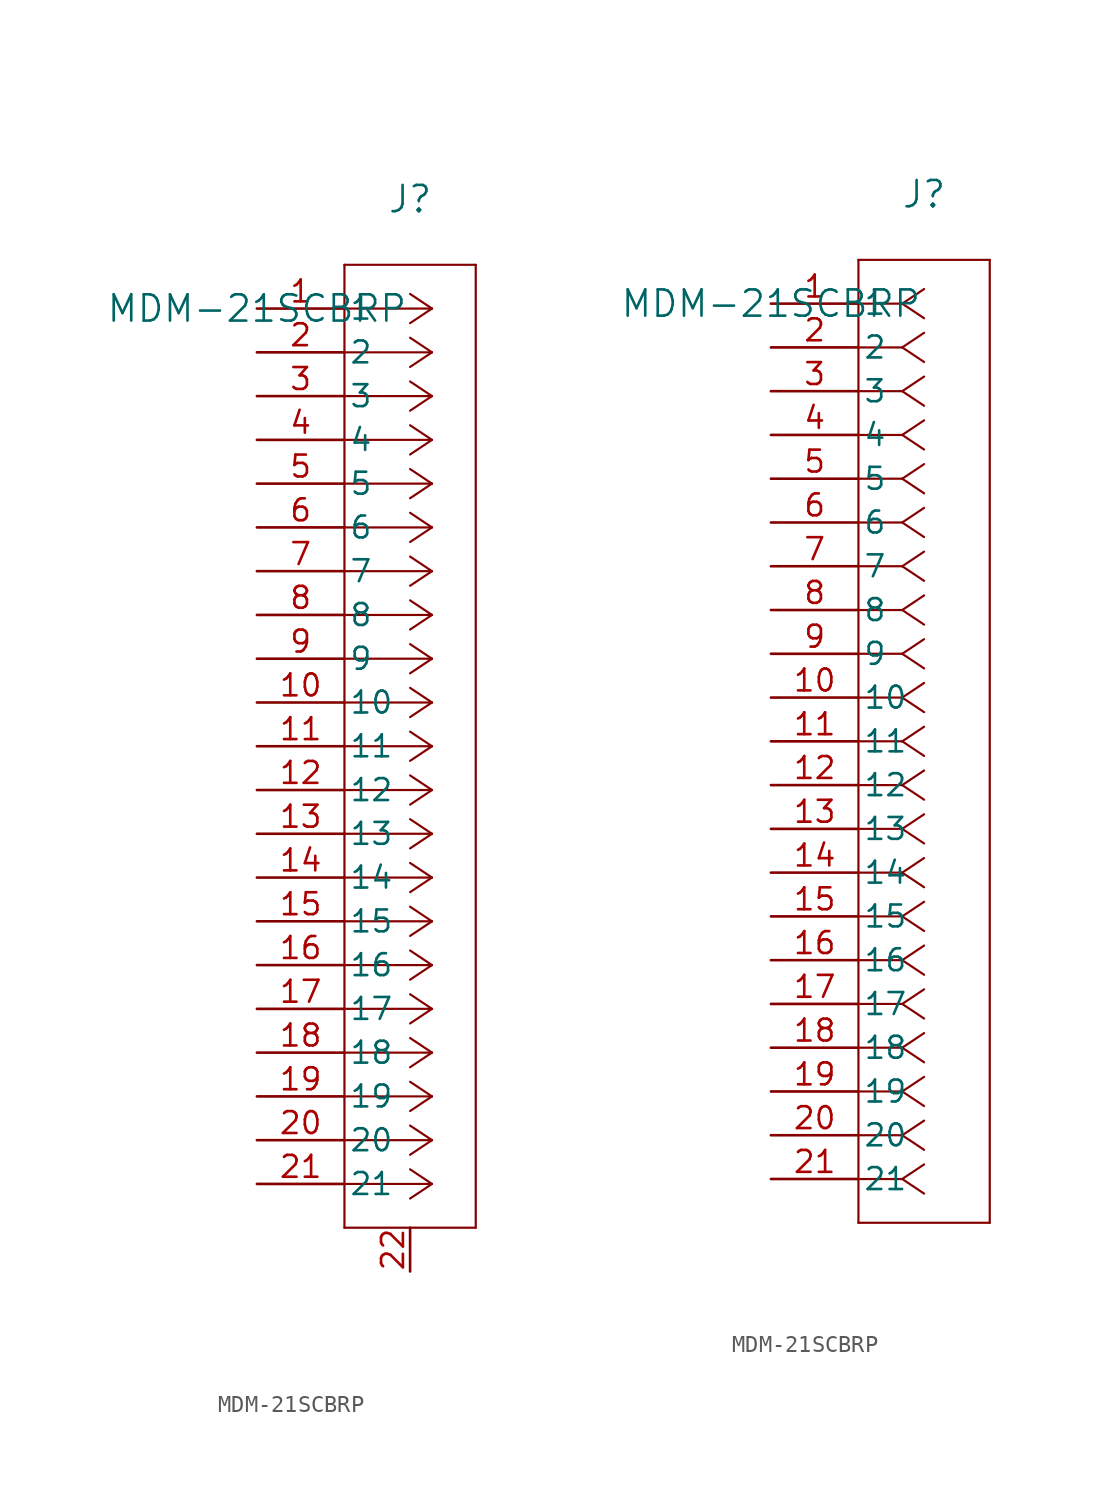
<source format=kicad_sym>
(kicad_symbol_lib
  (version 20220914)
  (generator kicad_symbol_editor)
  (symbol "MDM-21SCBRP"
    (pin_names
      (offset 0.254))
    (property "Reference" "J"
      (at 8.89 6.35 0)
      (effects (font (size 1.524 1.524))))
    (property "Value" "MDM-21SCBRP"
      (at 0 0 0)
      (effects (font (size 1.524 1.524))))
    (property "ki_locked" ""
      (at 0 0 0)
      (effects (font (size 1.27 1.27))))
    (symbol "MDM-21SCBRP_1_1"
      (polyline (pts (xy 5.08 -53.34) (xy 12.7 -53.34)) (stroke (width 0.127) (type default)) (fill (type none)))
      (polyline (pts (xy 5.08 2.54) (xy 5.08 -53.34)) (stroke (width 0.127) (type default)) (fill (type none)))
      (polyline (pts (xy 10.16 -50.8) (xy 5.08 -50.8)) (stroke (width 0.127) (type default)) (fill (type none)))
      (polyline (pts (xy 10.16 -50.8) (xy 8.89 -51.647)) (stroke (width 0.127) (type default)) (fill (type none)))
      (polyline (pts (xy 10.16 -50.8) (xy 8.89 -49.953)) (stroke (width 0.127) (type default)) (fill (type none)))
      (polyline (pts (xy 10.16 -48.26) (xy 5.08 -48.26)) (stroke (width 0.127) (type default)) (fill (type none)))
      (polyline (pts (xy 10.16 -48.26) (xy 8.89 -49.107)) (stroke (width 0.127) (type default)) (fill (type none)))
      (polyline (pts (xy 10.16 -48.26) (xy 8.89 -47.413)) (stroke (width 0.127) (type default)) (fill (type none)))
      (polyline (pts (xy 10.16 -45.72) (xy 5.08 -45.72)) (stroke (width 0.127) (type default)) (fill (type none)))
      (polyline (pts (xy 10.16 -45.72) (xy 8.89 -46.567)) (stroke (width 0.127) (type default)) (fill (type none)))
      (polyline (pts (xy 10.16 -45.72) (xy 8.89 -44.873)) (stroke (width 0.127) (type default)) (fill (type none)))
      (polyline (pts (xy 10.16 -43.18) (xy 5.08 -43.18)) (stroke (width 0.127) (type default)) (fill (type none)))
      (polyline (pts (xy 10.16 -43.18) (xy 8.89 -44.027)) (stroke (width 0.127) (type default)) (fill (type none)))
      (polyline (pts (xy 10.16 -43.18) (xy 8.89 -42.333)) (stroke (width 0.127) (type default)) (fill (type none)))
      (polyline (pts (xy 10.16 -40.64) (xy 5.08 -40.64)) (stroke (width 0.127) (type default)) (fill (type none)))
      (polyline (pts (xy 10.16 -40.64) (xy 8.89 -41.487)) (stroke (width 0.127) (type default)) (fill (type none)))
      (polyline (pts (xy 10.16 -40.64) (xy 8.89 -39.793)) (stroke (width 0.127) (type default)) (fill (type none)))
      (polyline (pts (xy 10.16 -38.1) (xy 5.08 -38.1)) (stroke (width 0.127) (type default)) (fill (type none)))
      (polyline (pts (xy 10.16 -38.1) (xy 8.89 -38.947)) (stroke (width 0.127) (type default)) (fill (type none)))
      (polyline (pts (xy 10.16 -38.1) (xy 8.89 -37.253)) (stroke (width 0.127) (type default)) (fill (type none)))
      (polyline (pts (xy 10.16 -35.56) (xy 5.08 -35.56)) (stroke (width 0.127) (type default)) (fill (type none)))
      (polyline (pts (xy 10.16 -35.56) (xy 8.89 -36.407)) (stroke (width 0.127) (type default)) (fill (type none)))
      (polyline (pts (xy 10.16 -35.56) (xy 8.89 -34.713)) (stroke (width 0.127) (type default)) (fill (type none)))
      (polyline (pts (xy 10.16 -33.02) (xy 5.08 -33.02)) (stroke (width 0.127) (type default)) (fill (type none)))
      (polyline (pts (xy 10.16 -33.02) (xy 8.89 -33.867)) (stroke (width 0.127) (type default)) (fill (type none)))
      (polyline (pts (xy 10.16 -33.02) (xy 8.89 -32.173)) (stroke (width 0.127) (type default)) (fill (type none)))
      (polyline (pts (xy 10.16 -30.48) (xy 5.08 -30.48)) (stroke (width 0.127) (type default)) (fill (type none)))
      (polyline (pts (xy 10.16 -30.48) (xy 8.89 -31.327)) (stroke (width 0.127) (type default)) (fill (type none)))
      (polyline (pts (xy 10.16 -30.48) (xy 8.89 -29.633)) (stroke (width 0.127) (type default)) (fill (type none)))
      (polyline (pts (xy 10.16 -27.94) (xy 5.08 -27.94)) (stroke (width 0.127) (type default)) (fill (type none)))
      (polyline (pts (xy 10.16 -27.94) (xy 8.89 -28.787)) (stroke (width 0.127) (type default)) (fill (type none)))
      (polyline (pts (xy 10.16 -27.94) (xy 8.89 -27.093)) (stroke (width 0.127) (type default)) (fill (type none)))
      (polyline (pts (xy 10.16 -25.4) (xy 5.08 -25.4)) (stroke (width 0.127) (type default)) (fill (type none)))
      (polyline (pts (xy 10.16 -25.4) (xy 8.89 -26.247)) (stroke (width 0.127) (type default)) (fill (type none)))
      (polyline (pts (xy 10.16 -25.4) (xy 8.89 -24.553)) (stroke (width 0.127) (type default)) (fill (type none)))
      (polyline (pts (xy 10.16 -22.86) (xy 5.08 -22.86)) (stroke (width 0.127) (type default)) (fill (type none)))
      (polyline (pts (xy 10.16 -22.86) (xy 8.89 -23.707)) (stroke (width 0.127) (type default)) (fill (type none)))
      (polyline (pts (xy 10.16 -22.86) (xy 8.89 -22.013)) (stroke (width 0.127) (type default)) (fill (type none)))
      (polyline (pts (xy 10.16 -20.32) (xy 5.08 -20.32)) (stroke (width 0.127) (type default)) (fill (type none)))
      (polyline (pts (xy 10.16 -20.32) (xy 8.89 -21.167)) (stroke (width 0.127) (type default)) (fill (type none)))
      (polyline (pts (xy 10.16 -20.32) (xy 8.89 -19.473)) (stroke (width 0.127) (type default)) (fill (type none)))
      (polyline (pts (xy 10.16 -17.78) (xy 5.08 -17.78)) (stroke (width 0.127) (type default)) (fill (type none)))
      (polyline (pts (xy 10.16 -17.78) (xy 8.89 -18.627)) (stroke (width 0.127) (type default)) (fill (type none)))
      (polyline (pts (xy 10.16 -17.78) (xy 8.89 -16.933)) (stroke (width 0.127) (type default)) (fill (type none)))
      (polyline (pts (xy 10.16 -15.24) (xy 5.08 -15.24)) (stroke (width 0.127) (type default)) (fill (type none)))
      (polyline (pts (xy 10.16 -15.24) (xy 8.89 -16.087)) (stroke (width 0.127) (type default)) (fill (type none)))
      (polyline (pts (xy 10.16 -15.24) (xy 8.89 -14.393)) (stroke (width 0.127) (type default)) (fill (type none)))
      (polyline (pts (xy 10.16 -12.7) (xy 5.08 -12.7)) (stroke (width 0.127) (type default)) (fill (type none)))
      (polyline (pts (xy 10.16 -12.7) (xy 8.89 -13.547)) (stroke (width 0.127) (type default)) (fill (type none)))
      (polyline (pts (xy 10.16 -12.7) (xy 8.89 -11.853)) (stroke (width 0.127) (type default)) (fill (type none)))
      (polyline (pts (xy 10.16 -10.16) (xy 5.08 -10.16)) (stroke (width 0.127) (type default)) (fill (type none)))
      (polyline (pts (xy 10.16 -10.16) (xy 8.89 -11.007)) (stroke (width 0.127) (type default)) (fill (type none)))
      (polyline (pts (xy 10.16 -10.16) (xy 8.89 -9.313)) (stroke (width 0.127) (type default)) (fill (type none)))
      (polyline (pts (xy 10.16 -7.62) (xy 5.08 -7.62)) (stroke (width 0.127) (type default)) (fill (type none)))
      (polyline (pts (xy 10.16 -7.62) (xy 8.89 -8.467)) (stroke (width 0.127) (type default)) (fill (type none)))
      (polyline (pts (xy 10.16 -7.62) (xy 8.89 -6.773)) (stroke (width 0.127) (type default)) (fill (type none)))
      (polyline (pts (xy 10.16 -5.08) (xy 5.08 -5.08)) (stroke (width 0.127) (type default)) (fill (type none)))
      (polyline (pts (xy 10.16 -5.08) (xy 8.89 -5.927)) (stroke (width 0.127) (type default)) (fill (type none)))
      (polyline (pts (xy 10.16 -5.08) (xy 8.89 -4.233)) (stroke (width 0.127) (type default)) (fill (type none)))
      (polyline (pts (xy 10.16 -2.54) (xy 5.08 -2.54)) (stroke (width 0.127) (type default)) (fill (type none)))
      (polyline (pts (xy 10.16 -2.54) (xy 8.89 -3.387)) (stroke (width 0.127) (type default)) (fill (type none)))
      (polyline (pts (xy 10.16 -2.54) (xy 8.89 -1.693)) (stroke (width 0.127) (type default)) (fill (type none)))
      (polyline (pts (xy 10.16 0) (xy 5.08 0)) (stroke (width 0.127) (type default)) (fill (type none)))
      (polyline (pts (xy 10.16 0) (xy 8.89 -0.847)) (stroke (width 0.127) (type default)) (fill (type none)))
      (polyline (pts (xy 10.16 0) (xy 8.89 0.847)) (stroke (width 0.127) (type default)) (fill (type none)))
      (polyline (pts (xy 12.7 -53.34) (xy 12.7 2.54)) (stroke (width 0.127) (type default)) (fill (type none)))
      (polyline (pts (xy 12.7 2.54) (xy 5.08 2.54)) (stroke (width 0.127) (type default)) (fill (type none)))
      (pin unspecified line (at 0 0 0) (length 5.08) (name "1" (effects (font (size 1.27 1.27)))) (number "1" (effects (font (size 1.27 1.27)))))
      (pin unspecified line (at 0 -22.86 0) (length 5.08) (name "10" (effects (font (size 1.27 1.27)))) (number "10" (effects (font (size 1.27 1.27)))))
      (pin unspecified line (at 0 -25.4 0) (length 5.08) (name "11" (effects (font (size 1.27 1.27)))) (number "11" (effects (font (size 1.27 1.27)))))
      (pin unspecified line (at 0 -27.94 0) (length 5.08) (name "12" (effects (font (size 1.27 1.27)))) (number "12" (effects (font (size 1.27 1.27)))))
      (pin unspecified line (at 0 -30.48 0) (length 5.08) (name "13" (effects (font (size 1.27 1.27)))) (number "13" (effects (font (size 1.27 1.27)))))
      (pin unspecified line (at 0 -33.02 0) (length 5.08) (name "14" (effects (font (size 1.27 1.27)))) (number "14" (effects (font (size 1.27 1.27)))))
      (pin unspecified line (at 0 -35.56 0) (length 5.08) (name "15" (effects (font (size 1.27 1.27)))) (number "15" (effects (font (size 1.27 1.27)))))
      (pin unspecified line (at 0 -38.1 0) (length 5.08) (name "16" (effects (font (size 1.27 1.27)))) (number "16" (effects (font (size 1.27 1.27)))))
      (pin unspecified line (at 0 -40.64 0) (length 5.08) (name "17" (effects (font (size 1.27 1.27)))) (number "17" (effects (font (size 1.27 1.27)))))
      (pin unspecified line (at 0 -43.18 0) (length 5.08) (name "18" (effects (font (size 1.27 1.27)))) (number "18" (effects (font (size 1.27 1.27)))))
      (pin unspecified line (at 0 -45.72 0) (length 5.08) (name "19" (effects (font (size 1.27 1.27)))) (number "19" (effects (font (size 1.27 1.27)))))
      (pin unspecified line (at 0 -2.54 0) (length 5.08) (name "2" (effects (font (size 1.27 1.27)))) (number "2" (effects (font (size 1.27 1.27)))))
      (pin unspecified line (at 0 -48.26 0) (length 5.08) (name "20" (effects (font (size 1.27 1.27)))) (number "20" (effects (font (size 1.27 1.27)))))
      (pin unspecified line (at 0 -50.8 0) (length 5.08) (name "21" (effects (font (size 1.27 1.27)))) (number "21" (effects (font (size 1.27 1.27)))))
      (pin input line (at 8.89 -55.88 90) (length 2.54) (name "" (effects (font (size 1.27 1.27)))) (number "22" (effects (font (size 1.27 1.27)))))
      (pin unspecified line (at 0 -5.08 0) (length 5.08) (name "3" (effects (font (size 1.27 1.27)))) (number "3" (effects (font (size 1.27 1.27)))))
      (pin unspecified line (at 0 -7.62 0) (length 5.08) (name "4" (effects (font (size 1.27 1.27)))) (number "4" (effects (font (size 1.27 1.27)))))
      (pin unspecified line (at 0 -10.16 0) (length 5.08) (name "5" (effects (font (size 1.27 1.27)))) (number "5" (effects (font (size 1.27 1.27)))))
      (pin unspecified line (at 0 -12.7 0) (length 5.08) (name "6" (effects (font (size 1.27 1.27)))) (number "6" (effects (font (size 1.27 1.27)))))
      (pin unspecified line (at 0 -15.24 0) (length 5.08) (name "7" (effects (font (size 1.27 1.27)))) (number "7" (effects (font (size 1.27 1.27)))))
      (pin unspecified line (at 0 -17.78 0) (length 5.08) (name "8" (effects (font (size 1.27 1.27)))) (number "8" (effects (font (size 1.27 1.27)))))
      (pin unspecified line (at 0 -20.32 0) (length 5.08) (name "9" (effects (font (size 1.27 1.27)))) (number "9" (effects (font (size 1.27 1.27))))))
    (symbol "MDM-21SCBRP_1_2"
      (polyline (pts (xy 5.08 -53.34) (xy 12.7 -53.34)) (stroke (width 0.127) (type default)) (fill (type none)))
      (polyline (pts (xy 5.08 2.54) (xy 5.08 -53.34)) (stroke (width 0.127) (type default)) (fill (type none)))
      (polyline (pts (xy 7.62 -50.8) (xy 5.08 -50.8)) (stroke (width 0.127) (type default)) (fill (type none)))
      (polyline (pts (xy 7.62 -50.8) (xy 8.89 -51.647)) (stroke (width 0.127) (type default)) (fill (type none)))
      (polyline (pts (xy 7.62 -50.8) (xy 8.89 -49.953)) (stroke (width 0.127) (type default)) (fill (type none)))
      (polyline (pts (xy 7.62 -48.26) (xy 5.08 -48.26)) (stroke (width 0.127) (type default)) (fill (type none)))
      (polyline (pts (xy 7.62 -48.26) (xy 8.89 -49.107)) (stroke (width 0.127) (type default)) (fill (type none)))
      (polyline (pts (xy 7.62 -48.26) (xy 8.89 -47.413)) (stroke (width 0.127) (type default)) (fill (type none)))
      (polyline (pts (xy 7.62 -45.72) (xy 5.08 -45.72)) (stroke (width 0.127) (type default)) (fill (type none)))
      (polyline (pts (xy 7.62 -45.72) (xy 8.89 -46.567)) (stroke (width 0.127) (type default)) (fill (type none)))
      (polyline (pts (xy 7.62 -45.72) (xy 8.89 -44.873)) (stroke (width 0.127) (type default)) (fill (type none)))
      (polyline (pts (xy 7.62 -43.18) (xy 5.08 -43.18)) (stroke (width 0.127) (type default)) (fill (type none)))
      (polyline (pts (xy 7.62 -43.18) (xy 8.89 -44.027)) (stroke (width 0.127) (type default)) (fill (type none)))
      (polyline (pts (xy 7.62 -43.18) (xy 8.89 -42.333)) (stroke (width 0.127) (type default)) (fill (type none)))
      (polyline (pts (xy 7.62 -40.64) (xy 5.08 -40.64)) (stroke (width 0.127) (type default)) (fill (type none)))
      (polyline (pts (xy 7.62 -40.64) (xy 8.89 -41.487)) (stroke (width 0.127) (type default)) (fill (type none)))
      (polyline (pts (xy 7.62 -40.64) (xy 8.89 -39.793)) (stroke (width 0.127) (type default)) (fill (type none)))
      (polyline (pts (xy 7.62 -38.1) (xy 5.08 -38.1)) (stroke (width 0.127) (type default)) (fill (type none)))
      (polyline (pts (xy 7.62 -38.1) (xy 8.89 -38.947)) (stroke (width 0.127) (type default)) (fill (type none)))
      (polyline (pts (xy 7.62 -38.1) (xy 8.89 -37.253)) (stroke (width 0.127) (type default)) (fill (type none)))
      (polyline (pts (xy 7.62 -35.56) (xy 5.08 -35.56)) (stroke (width 0.127) (type default)) (fill (type none)))
      (polyline (pts (xy 7.62 -35.56) (xy 8.89 -36.407)) (stroke (width 0.127) (type default)) (fill (type none)))
      (polyline (pts (xy 7.62 -35.56) (xy 8.89 -34.713)) (stroke (width 0.127) (type default)) (fill (type none)))
      (polyline (pts (xy 7.62 -33.02) (xy 5.08 -33.02)) (stroke (width 0.127) (type default)) (fill (type none)))
      (polyline (pts (xy 7.62 -33.02) (xy 8.89 -33.867)) (stroke (width 0.127) (type default)) (fill (type none)))
      (polyline (pts (xy 7.62 -33.02) (xy 8.89 -32.173)) (stroke (width 0.127) (type default)) (fill (type none)))
      (polyline (pts (xy 7.62 -30.48) (xy 5.08 -30.48)) (stroke (width 0.127) (type default)) (fill (type none)))
      (polyline (pts (xy 7.62 -30.48) (xy 8.89 -31.327)) (stroke (width 0.127) (type default)) (fill (type none)))
      (polyline (pts (xy 7.62 -30.48) (xy 8.89 -29.633)) (stroke (width 0.127) (type default)) (fill (type none)))
      (polyline (pts (xy 7.62 -27.94) (xy 5.08 -27.94)) (stroke (width 0.127) (type default)) (fill (type none)))
      (polyline (pts (xy 7.62 -27.94) (xy 8.89 -28.787)) (stroke (width 0.127) (type default)) (fill (type none)))
      (polyline (pts (xy 7.62 -27.94) (xy 8.89 -27.093)) (stroke (width 0.127) (type default)) (fill (type none)))
      (polyline (pts (xy 7.62 -25.4) (xy 5.08 -25.4)) (stroke (width 0.127) (type default)) (fill (type none)))
      (polyline (pts (xy 7.62 -25.4) (xy 8.89 -26.247)) (stroke (width 0.127) (type default)) (fill (type none)))
      (polyline (pts (xy 7.62 -25.4) (xy 8.89 -24.553)) (stroke (width 0.127) (type default)) (fill (type none)))
      (polyline (pts (xy 7.62 -22.86) (xy 5.08 -22.86)) (stroke (width 0.127) (type default)) (fill (type none)))
      (polyline (pts (xy 7.62 -22.86) (xy 8.89 -23.707)) (stroke (width 0.127) (type default)) (fill (type none)))
      (polyline (pts (xy 7.62 -22.86) (xy 8.89 -22.013)) (stroke (width 0.127) (type default)) (fill (type none)))
      (polyline (pts (xy 7.62 -20.32) (xy 5.08 -20.32)) (stroke (width 0.127) (type default)) (fill (type none)))
      (polyline (pts (xy 7.62 -20.32) (xy 8.89 -21.167)) (stroke (width 0.127) (type default)) (fill (type none)))
      (polyline (pts (xy 7.62 -20.32) (xy 8.89 -19.473)) (stroke (width 0.127) (type default)) (fill (type none)))
      (polyline (pts (xy 7.62 -17.78) (xy 5.08 -17.78)) (stroke (width 0.127) (type default)) (fill (type none)))
      (polyline (pts (xy 7.62 -17.78) (xy 8.89 -18.627)) (stroke (width 0.127) (type default)) (fill (type none)))
      (polyline (pts (xy 7.62 -17.78) (xy 8.89 -16.933)) (stroke (width 0.127) (type default)) (fill (type none)))
      (polyline (pts (xy 7.62 -15.24) (xy 5.08 -15.24)) (stroke (width 0.127) (type default)) (fill (type none)))
      (polyline (pts (xy 7.62 -15.24) (xy 8.89 -16.087)) (stroke (width 0.127) (type default)) (fill (type none)))
      (polyline (pts (xy 7.62 -15.24) (xy 8.89 -14.393)) (stroke (width 0.127) (type default)) (fill (type none)))
      (polyline (pts (xy 7.62 -12.7) (xy 5.08 -12.7)) (stroke (width 0.127) (type default)) (fill (type none)))
      (polyline (pts (xy 7.62 -12.7) (xy 8.89 -13.547)) (stroke (width 0.127) (type default)) (fill (type none)))
      (polyline (pts (xy 7.62 -12.7) (xy 8.89 -11.853)) (stroke (width 0.127) (type default)) (fill (type none)))
      (polyline (pts (xy 7.62 -10.16) (xy 5.08 -10.16)) (stroke (width 0.127) (type default)) (fill (type none)))
      (polyline (pts (xy 7.62 -10.16) (xy 8.89 -11.007)) (stroke (width 0.127) (type default)) (fill (type none)))
      (polyline (pts (xy 7.62 -10.16) (xy 8.89 -9.313)) (stroke (width 0.127) (type default)) (fill (type none)))
      (polyline (pts (xy 7.62 -7.62) (xy 5.08 -7.62)) (stroke (width 0.127) (type default)) (fill (type none)))
      (polyline (pts (xy 7.62 -7.62) (xy 8.89 -8.467)) (stroke (width 0.127) (type default)) (fill (type none)))
      (polyline (pts (xy 7.62 -7.62) (xy 8.89 -6.773)) (stroke (width 0.127) (type default)) (fill (type none)))
      (polyline (pts (xy 7.62 -5.08) (xy 5.08 -5.08)) (stroke (width 0.127) (type default)) (fill (type none)))
      (polyline (pts (xy 7.62 -5.08) (xy 8.89 -5.927)) (stroke (width 0.127) (type default)) (fill (type none)))
      (polyline (pts (xy 7.62 -5.08) (xy 8.89 -4.233)) (stroke (width 0.127) (type default)) (fill (type none)))
      (polyline (pts (xy 7.62 -2.54) (xy 5.08 -2.54)) (stroke (width 0.127) (type default)) (fill (type none)))
      (polyline (pts (xy 7.62 -2.54) (xy 8.89 -3.387)) (stroke (width 0.127) (type default)) (fill (type none)))
      (polyline (pts (xy 7.62 -2.54) (xy 8.89 -1.693)) (stroke (width 0.127) (type default)) (fill (type none)))
      (polyline (pts (xy 7.62 0) (xy 5.08 0)) (stroke (width 0.127) (type default)) (fill (type none)))
      (polyline (pts (xy 7.62 0) (xy 8.89 -0.847)) (stroke (width 0.127) (type default)) (fill (type none)))
      (polyline (pts (xy 7.62 0) (xy 8.89 0.847)) (stroke (width 0.127) (type default)) (fill (type none)))
      (polyline (pts (xy 12.7 -53.34) (xy 12.7 2.54)) (stroke (width 0.127) (type default)) (fill (type none)))
      (polyline (pts (xy 12.7 2.54) (xy 5.08 2.54)) (stroke (width 0.127) (type default)) (fill (type none)))
      (pin unspecified line (at 0 0 0) (length 5.08) (name "1" (effects (font (size 1.27 1.27)))) (number "1" (effects (font (size 1.27 1.27)))))
      (pin unspecified line (at 0 -22.86 0) (length 5.08) (name "10" (effects (font (size 1.27 1.27)))) (number "10" (effects (font (size 1.27 1.27)))))
      (pin unspecified line (at 0 -25.4 0) (length 5.08) (name "11" (effects (font (size 1.27 1.27)))) (number "11" (effects (font (size 1.27 1.27)))))
      (pin unspecified line (at 0 -27.94 0) (length 5.08) (name "12" (effects (font (size 1.27 1.27)))) (number "12" (effects (font (size 1.27 1.27)))))
      (pin unspecified line (at 0 -30.48 0) (length 5.08) (name "13" (effects (font (size 1.27 1.27)))) (number "13" (effects (font (size 1.27 1.27)))))
      (pin unspecified line (at 0 -33.02 0) (length 5.08) (name "14" (effects (font (size 1.27 1.27)))) (number "14" (effects (font (size 1.27 1.27)))))
      (pin unspecified line (at 0 -35.56 0) (length 5.08) (name "15" (effects (font (size 1.27 1.27)))) (number "15" (effects (font (size 1.27 1.27)))))
      (pin unspecified line (at 0 -38.1 0) (length 5.08) (name "16" (effects (font (size 1.27 1.27)))) (number "16" (effects (font (size 1.27 1.27)))))
      (pin unspecified line (at 0 -40.64 0) (length 5.08) (name "17" (effects (font (size 1.27 1.27)))) (number "17" (effects (font (size 1.27 1.27)))))
      (pin unspecified line (at 0 -43.18 0) (length 5.08) (name "18" (effects (font (size 1.27 1.27)))) (number "18" (effects (font (size 1.27 1.27)))))
      (pin unspecified line (at 0 -45.72 0) (length 5.08) (name "19" (effects (font (size 1.27 1.27)))) (number "19" (effects (font (size 1.27 1.27)))))
      (pin unspecified line (at 0 -2.54 0) (length 5.08) (name "2" (effects (font (size 1.27 1.27)))) (number "2" (effects (font (size 1.27 1.27)))))
      (pin unspecified line (at 0 -48.26 0) (length 5.08) (name "20" (effects (font (size 1.27 1.27)))) (number "20" (effects (font (size 1.27 1.27)))))
      (pin unspecified line (at 0 -50.8 0) (length 5.08) (name "21" (effects (font (size 1.27 1.27)))) (number "21" (effects (font (size 1.27 1.27)))))
      (pin unspecified line (at 0 -5.08 0) (length 5.08) (name "3" (effects (font (size 1.27 1.27)))) (number "3" (effects (font (size 1.27 1.27)))))
      (pin unspecified line (at 0 -7.62 0) (length 5.08) (name "4" (effects (font (size 1.27 1.27)))) (number "4" (effects (font (size 1.27 1.27)))))
      (pin unspecified line (at 0 -10.16 0) (length 5.08) (name "5" (effects (font (size 1.27 1.27)))) (number "5" (effects (font (size 1.27 1.27)))))
      (pin unspecified line (at 0 -12.7 0) (length 5.08) (name "6" (effects (font (size 1.27 1.27)))) (number "6" (effects (font (size 1.27 1.27)))))
      (pin unspecified line (at 0 -15.24 0) (length 5.08) (name "7" (effects (font (size 1.27 1.27)))) (number "7" (effects (font (size 1.27 1.27)))))
      (pin unspecified line (at 0 -17.78 0) (length 5.08) (name "8" (effects (font (size 1.27 1.27)))) (number "8" (effects (font (size 1.27 1.27)))))
      (pin unspecified line (at 0 -20.32 0) (length 5.08) (name "9" (effects (font (size 1.27 1.27)))) (number "9" (effects (font (size 1.27 1.27))))))))
</source>
